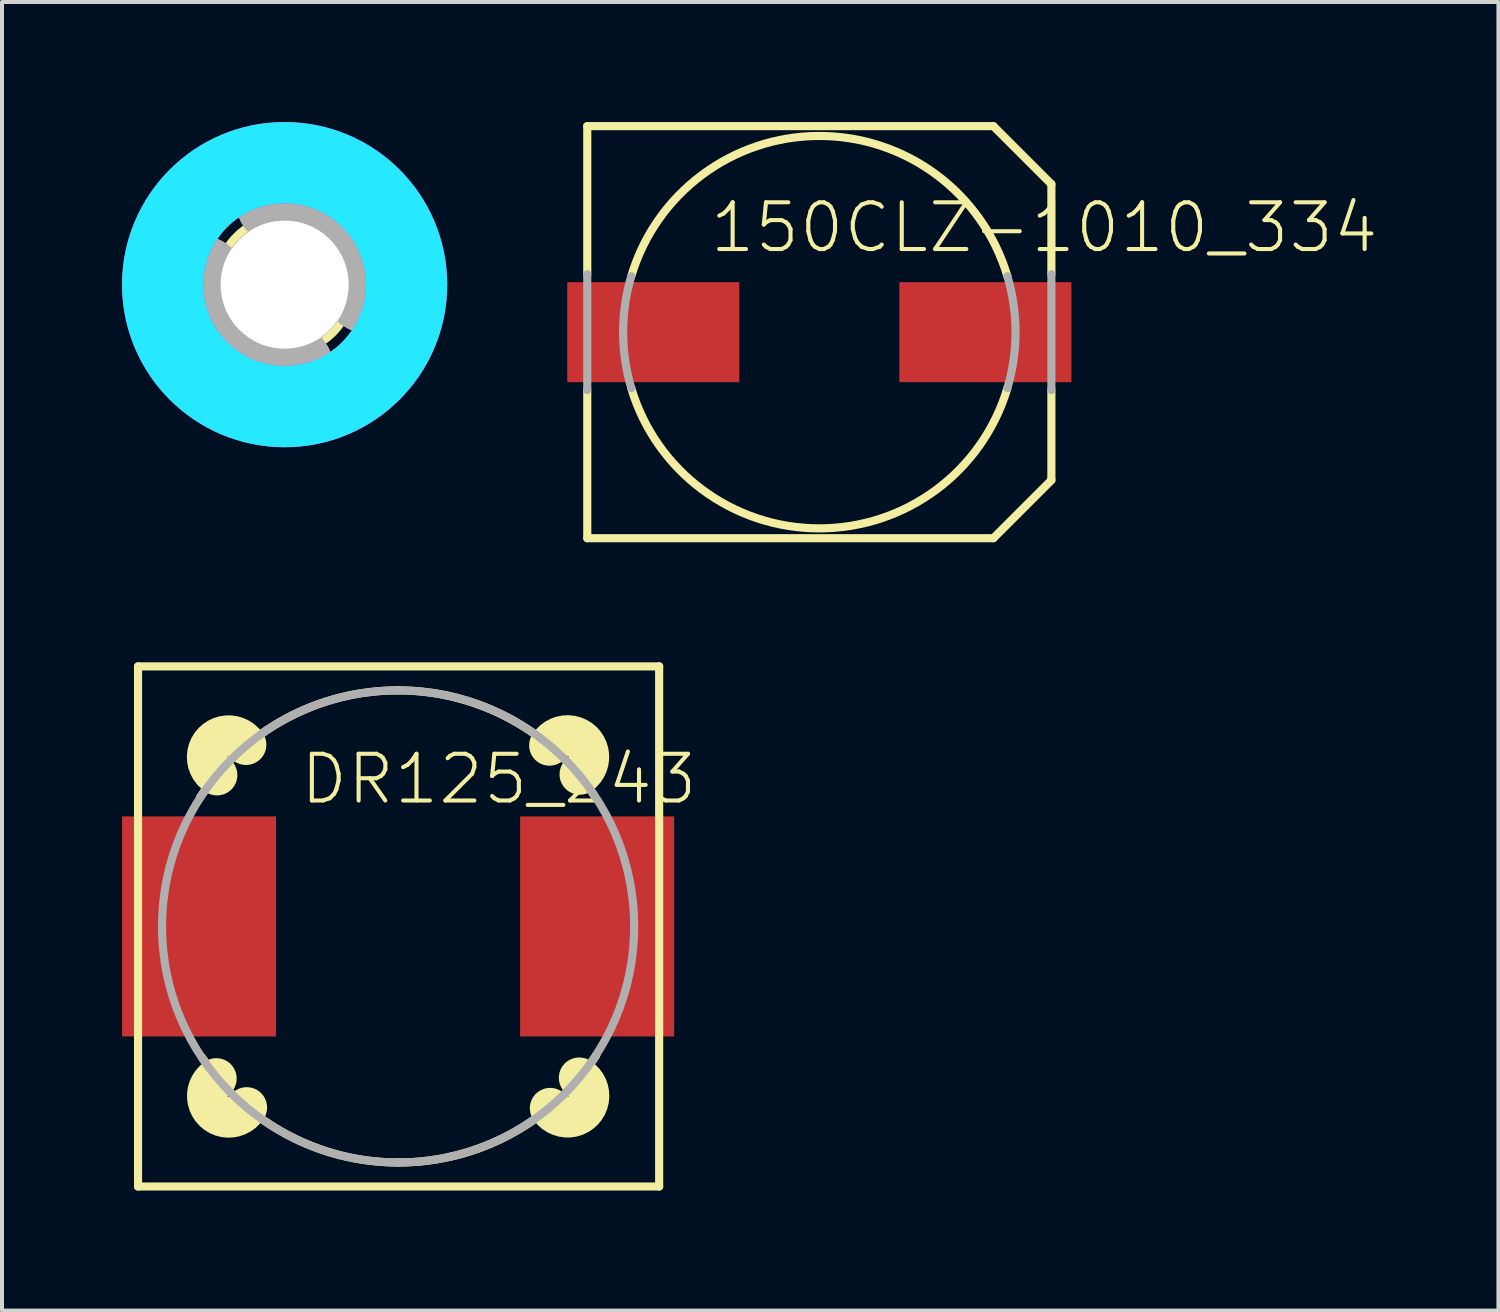
<source format=kicad_pcb>
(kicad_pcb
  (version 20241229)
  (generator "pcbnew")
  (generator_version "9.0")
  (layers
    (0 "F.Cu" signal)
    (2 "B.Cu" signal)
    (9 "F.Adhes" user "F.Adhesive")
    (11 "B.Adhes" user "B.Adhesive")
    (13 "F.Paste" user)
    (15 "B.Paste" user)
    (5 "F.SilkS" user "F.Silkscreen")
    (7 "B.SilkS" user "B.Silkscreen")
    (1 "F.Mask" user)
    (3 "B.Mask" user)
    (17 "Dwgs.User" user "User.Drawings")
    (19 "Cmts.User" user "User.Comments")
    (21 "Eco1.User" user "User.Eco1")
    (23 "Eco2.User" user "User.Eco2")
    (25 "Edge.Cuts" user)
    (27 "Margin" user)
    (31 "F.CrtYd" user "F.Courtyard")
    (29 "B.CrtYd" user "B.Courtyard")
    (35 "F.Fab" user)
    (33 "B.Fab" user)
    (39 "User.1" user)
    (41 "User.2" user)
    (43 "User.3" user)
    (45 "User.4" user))
  (footprint "3,2_237"
    (layer "F.Cu")
    (at 4.064 4.064)
    (property "Reference" "3,2_237" (at 0 0 0) (layer "F.SilkS") (effects (font (size 1.27 1.27) (thickness 0.15))))
    (fp_circle (center 0 0) (end 1.7 0) (stroke (width 0.203) (type solid)) (fill no) (layer "F.SilkS"))
    (fp_circle (center 0 0) (end 3.429 0) (stroke (width 0.152) (type solid)) (fill no) (layer "F.SilkS"))
    (fp_circle (center 0 0) (end 3.048 0) (stroke (width 2.032) (type solid)) (fill no) (layer "B.CrtYd"))
    (fp_circle (center 0 0) (end 3.048 0) (stroke (width 2.032) (type solid)) (fill no) (layer "F.CrtYd"))
    (fp_arc (start 0 -2.159) (mid 1.526644 -1.526644) (end 2.159 0) (stroke (width 2.4892) (type solid)) (layer "F.Fab"))
    (fp_arc (start 0 2.159) (mid -1.526644 1.526644) (end -2.159 0) (stroke (width 2.4892) (type solid)) (layer "F.Fab"))
    (fp_circle (center 0 0) (end 0.762 0) (stroke (width 0.457) (type solid)) (fill no) (layer "F.Fab"))
    (pad "" np_thru_hole circle (at 0 0) (size 3.2 3.2) (drill 3.2) (layers "*.Cu" "*.Mask"))
    (zone (net_name "") (layer "F.Cu") (hatch edge 0.5) (connect_pads) (min_thickness 0.25) (filled_areas_thickness no) (keepout (tracks not_allowed) (vias not_allowed) (pads not_allowed) (copperpour not_allowed) (footprints allowed)) (placement (enabled no)) (fill) (polygon (pts (xy 8.128 4.064) (xy 8.108 3.659) (xy 8.047 3.259) (xy 7.947 2.866) (xy 7.809 2.485) (xy 7.633 2.12) (xy 7.422 1.775) (xy 7.177 1.452) (xy 6.902 1.155) (xy 6.598 0.887) (xy 6.269 0.65) (xy 5.918 0.448) (xy 5.549 0.281) (xy 5.165 0.152) (xy 4.77 0.062) (xy 4.368 0.011) (xy 3.963 0.001) (xy 3.559 0.032) (xy 3.16 0.102) (xy 2.77 0.212) (xy 2.393 0.36) (xy 2.032 0.544) (xy 1.692 0.764) (xy 1.375 1.017) (xy 1.085 1.3) (xy 0.824 1.61) (xy 0.596 1.945) (xy 0.402 2.301) (xy 0.245 2.674) (xy 0.126 3.061) (xy 0.045 3.458) (xy 0.005 3.861) (xy 0.005 4.267) (xy 0.045 4.67) (xy 0.126 5.067) (xy 0.245 5.454) (xy 0.402 5.827) (xy 0.596 6.183) (xy 0.824 6.518) (xy 1.085 6.828) (xy 1.375 7.111) (xy 1.692 7.364) (xy 2.032 7.584) (xy 2.393 7.768) (xy 2.77 7.916) (xy 3.16 8.026) (xy 3.559 8.096) (xy 3.963 8.127) (xy 4.368 8.117) (xy 4.77 8.066) (xy 5.165 7.976) (xy 5.549 7.847) (xy 5.918 7.68) (xy 6.269 7.478) (xy 6.598 7.241) (xy 6.902 6.973) (xy 7.177 6.676) (xy 7.422 6.353) (xy 7.633 6.008) (xy 7.809 5.643) (xy 7.947 5.262) (xy 8.047 4.869) (xy 8.108 4.469))) (polygon (pts (xy 6.096 4.064) (xy 6.076 3.781) (xy 6.017 3.504) (xy 5.92 3.238) (xy 5.787 2.987) (xy 5.621 2.758) (xy 5.424 2.554) (xy 5.2 2.379) (xy 4.955 2.238) (xy 4.692 2.131) (xy 4.417 2.063) (xy 4.135 2.033) (xy 3.852 2.043) (xy 3.572 2.092) (xy 3.303 2.18) (xy 3.048 2.304) (xy 2.813 2.463) (xy 2.602 2.652) (xy 2.42 2.87) (xy 2.27 3.11) (xy 2.155 3.369) (xy 2.076 3.642) (xy 2.037 3.922) (xy 2.037 4.206) (xy 2.076 4.486) (xy 2.155 4.759) (xy 2.27 5.018) (xy 2.42 5.258) (xy 2.602 5.476) (xy 2.813 5.665) (xy 3.048 5.824) (xy 3.303 5.948) (xy 3.572 6.036) (xy 3.852 6.085) (xy 4.135 6.095) (xy 4.417 6.065) (xy 4.692 5.997) (xy 4.955 5.89) (xy 5.2 5.749) (xy 5.424 5.574) (xy 5.621 5.37) (xy 5.787 5.141) (xy 5.92 4.89) (xy 6.017 4.624) (xy 6.076 4.347))))
    (zone (net_name "") (layers "F.Cu" "B.Cu") (hatch edge 0.5) (connect_pads) (min_thickness 0.25) (filled_areas_thickness no) (keepout (tracks allowed) (vias not_allowed) (pads allowed) (copperpour allowed) (footprints allowed)) (placement (enabled no)) (fill) (polygon (pts (xy 8.128 4.064) (xy 8.108 3.659) (xy 8.047 3.259) (xy 7.947 2.866) (xy 7.809 2.485) (xy 7.633 2.12) (xy 7.422 1.775) (xy 7.177 1.452) (xy 6.902 1.155) (xy 6.598 0.887) (xy 6.269 0.65) (xy 5.918 0.448) (xy 5.549 0.281) (xy 5.165 0.152) (xy 4.77 0.062) (xy 4.368 0.011) (xy 3.963 0.001) (xy 3.559 0.032) (xy 3.16 0.102) (xy 2.77 0.212) (xy 2.393 0.36) (xy 2.032 0.544) (xy 1.692 0.764) (xy 1.375 1.017) (xy 1.085 1.3) (xy 0.824 1.61) (xy 0.596 1.945) (xy 0.402 2.301) (xy 0.245 2.674) (xy 0.126 3.061) (xy 0.045 3.458) (xy 0.005 3.861) (xy 0.005 4.267) (xy 0.045 4.67) (xy 0.126 5.067) (xy 0.245 5.454) (xy 0.402 5.827) (xy 0.596 6.183) (xy 0.824 6.518) (xy 1.085 6.828) (xy 1.375 7.111) (xy 1.692 7.364) (xy 2.032 7.584) (xy 2.393 7.768) (xy 2.77 7.916) (xy 3.16 8.026) (xy 3.559 8.096) (xy 3.963 8.127) (xy 4.368 8.117) (xy 4.77 8.066) (xy 5.165 7.976) (xy 5.549 7.847) (xy 5.918 7.68) (xy 6.269 7.478) (xy 6.598 7.241) (xy 6.902 6.973) (xy 7.177 6.676) (xy 7.422 6.353) (xy 7.633 6.008) (xy 7.809 5.643) (xy 7.947 5.262) (xy 8.047 4.869) (xy 8.108 4.469))) (polygon (pts (xy 6.096 4.064) (xy 6.076 3.781) (xy 6.017 3.504) (xy 5.92 3.238) (xy 5.787 2.987) (xy 5.621 2.758) (xy 5.424 2.554) (xy 5.2 2.379) (xy 4.955 2.238) (xy 4.692 2.131) (xy 4.417 2.063) (xy 4.135 2.033) (xy 3.852 2.043) (xy 3.572 2.092) (xy 3.303 2.18) (xy 3.048 2.304) (xy 2.813 2.463) (xy 2.602 2.652) (xy 2.42 2.87) (xy 2.27 3.11) (xy 2.155 3.369) (xy 2.076 3.642) (xy 2.037 3.922) (xy 2.037 4.206) (xy 2.076 4.486) (xy 2.155 4.759) (xy 2.27 5.018) (xy 2.42 5.258) (xy 2.602 5.476) (xy 2.813 5.665) (xy 3.048 5.824) (xy 3.303 5.948) (xy 3.572 6.036) (xy 3.852 6.085) (xy 4.135 6.095) (xy 4.417 6.065) (xy 4.692 5.997) (xy 4.955 5.89) (xy 5.2 5.749) (xy 5.424 5.574) (xy 5.621 5.37) (xy 5.787 5.141) (xy 5.92 4.89) (xy 6.017 4.624) (xy 6.076 4.347))))
    (zone (net_name "") (layer "B.Cu") (hatch edge 0.5) (connect_pads) (min_thickness 0.25) (filled_areas_thickness no) (keepout (tracks not_allowed) (vias not_allowed) (pads not_allowed) (copperpour not_allowed) (footprints allowed)) (placement (enabled no)) (fill) (polygon (pts (xy 8.128 4.064) (xy 8.108 3.659) (xy 8.047 3.259) (xy 7.947 2.866) (xy 7.809 2.485) (xy 7.633 2.12) (xy 7.422 1.775) (xy 7.177 1.452) (xy 6.902 1.155) (xy 6.598 0.887) (xy 6.269 0.65) (xy 5.918 0.448) (xy 5.549 0.281) (xy 5.165 0.152) (xy 4.77 0.062) (xy 4.368 0.011) (xy 3.963 0.001) (xy 3.559 0.032) (xy 3.16 0.102) (xy 2.77 0.212) (xy 2.393 0.36) (xy 2.032 0.544) (xy 1.692 0.764) (xy 1.375 1.017) (xy 1.085 1.3) (xy 0.824 1.61) (xy 0.596 1.945) (xy 0.402 2.301) (xy 0.245 2.674) (xy 0.126 3.061) (xy 0.045 3.458) (xy 0.005 3.861) (xy 0.005 4.267) (xy 0.045 4.67) (xy 0.126 5.067) (xy 0.245 5.454) (xy 0.402 5.827) (xy 0.596 6.183) (xy 0.824 6.518) (xy 1.085 6.828) (xy 1.375 7.111) (xy 1.692 7.364) (xy 2.032 7.584) (xy 2.393 7.768) (xy 2.77 7.916) (xy 3.16 8.026) (xy 3.559 8.096) (xy 3.963 8.127) (xy 4.368 8.117) (xy 4.77 8.066) (xy 5.165 7.976) (xy 5.549 7.847) (xy 5.918 7.68) (xy 6.269 7.478) (xy 6.598 7.241) (xy 6.902 6.973) (xy 7.177 6.676) (xy 7.422 6.353) (xy 7.633 6.008) (xy 7.809 5.643) (xy 7.947 5.262) (xy 8.047 4.869) (xy 8.108 4.469))) (polygon (pts (xy 6.096 4.064) (xy 6.076 3.781) (xy 6.017 3.504) (xy 5.92 3.238) (xy 5.787 2.987) (xy 5.621 2.758) (xy 5.424 2.554) (xy 5.2 2.379) (xy 4.955 2.238) (xy 4.692 2.131) (xy 4.417 2.063) (xy 4.135 2.033) (xy 3.852 2.043) (xy 3.572 2.092) (xy 3.303 2.18) (xy 3.048 2.304) (xy 2.813 2.463) (xy 2.602 2.652) (xy 2.42 2.87) (xy 2.27 3.11) (xy 2.155 3.369) (xy 2.076 3.642) (xy 2.037 3.922) (xy 2.037 4.206) (xy 2.076 4.486) (xy 2.155 4.759) (xy 2.27 5.018) (xy 2.42 5.258) (xy 2.602 5.476) (xy 2.813 5.665) (xy 3.048 5.824) (xy 3.303 5.948) (xy 3.572 6.036) (xy 3.852 6.085) (xy 4.135 6.095) (xy 4.417 6.065) (xy 4.692 5.997) (xy 4.955 5.89) (xy 5.2 5.749) (xy 5.424 5.574) (xy 5.621 5.37) (xy 5.787 5.141) (xy 5.92 4.89) (xy 6.017 4.624) (xy 6.076 4.347)))))
  (footprint "DR125_243"
    (layer "F.Cu")
    (at 6.9 20.105)
    (property "Reference" "DR125_243" (at -2.5 -3 0) (unlocked yes) (layer "F.SilkS") (effects (font (size 1.168 1.168) (thickness 0.102)) (justify left bottom)))
    (fp_line (start -6.5 -6.5) (end 6.525 -6.5) (stroke (width 0.203) (type solid)) (layer "F.SilkS"))
    (fp_line (start -6.5 6.5) (end -6.5 -6.5) (stroke (width 0.203) (type solid)) (layer "F.SilkS"))
    (fp_line (start 6.525 -6.5) (end 6.525 6.5) (stroke (width 0.203) (type solid)) (layer "F.SilkS"))
    (fp_line (start 6.525 6.5) (end -6.5 6.5) (stroke (width 0.203) (type solid)) (layer "F.SilkS"))
    (fp_arc (start -4.95 -3.225) (mid -2.814412 -5.190572) (end 0 -5.9) (stroke (width 0.2032) (type solid)) (layer "F.SilkS"))
    (fp_arc (start -4.5254 -3.783) (mid -4.624306 -4.602932) (end -3.8006 -4.543099) (stroke (width 1.016) (type solid)) (layer "F.SilkS"))
    (fp_arc (start -3.783 4.5254) (mid -4.602932 4.624306) (end -4.543099 3.8006) (stroke (width 1.016) (type solid)) (layer "F.SilkS"))
    (fp_arc (start 0 -5.9) (mid 2.778519 -5.200736) (end 4.9 -3.275) (stroke (width 0.2032) (type solid)) (layer "F.SilkS"))
    (fp_arc (start 0 5.9) (mid -2.778519 5.200736) (end -4.9 3.275) (stroke (width 0.2032) (type solid)) (layer "F.SilkS"))
    (fp_arc (start 3.783 -4.5254) (mid 4.602932 -4.624306) (end 4.543099 -3.8006) (stroke (width 1.016) (type solid)) (layer "F.SilkS"))
    (fp_arc (start 4.5254 3.783) (mid 4.624306 4.602932) (end 3.8006 4.543099) (stroke (width 1.016) (type solid)) (layer "F.SilkS"))
    (fp_arc (start 4.95 3.225) (mid 2.814412 5.190572) (end 0 5.9) (stroke (width 0.2032) (type solid)) (layer "F.SilkS"))
    (fp_circle (center 0 0) (end 5.9 0) (stroke (width 0.203) (type solid)) (fill no) (layer "F.Fab"))
    (pad "1" smd rect (at -4.975 0) (size 3.85 5.5) (layers "F.Cu" "F.Mask" "F.Paste"))
    (pad "2" smd rect (at 4.975 0) (size 3.85 5.5) (layers "F.Cu" "F.Mask" "F.Paste")))
  (footprint "150CLZ-1010_334"
    (layer "F.Cu")
    (at 17.428 5.252)
    (property "Reference" "150CLZ-1010_334" (at -2.79 -1.93 0) (unlocked yes) (layer "F.SilkS") (effects (font (size 1.168 1.168) (thickness 0.102)) (justify left bottom)))
    (fp_line (start -5.8 -5.15) (end 4.35 -5.15) (stroke (width 0.203) (type solid)) (layer "F.SilkS"))
    (fp_line (start -5.8 -1.45) (end -5.8 -5.15) (stroke (width 0.203) (type solid)) (layer "F.SilkS"))
    (fp_line (start -5.8 5.15) (end -5.8 1.45) (stroke (width 0.203) (type solid)) (layer "F.SilkS"))
    (fp_line (start 4.35 5.15) (end -5.8 5.15) (stroke (width 0.203) (type solid)) (layer "F.SilkS"))
    (fp_line (start 5.8 -3.7) (end 4.35 -5.15) (stroke (width 0.203) (type solid)) (layer "F.SilkS"))
    (fp_line (start 5.8 -3.7) (end 5.8 -1.45) (stroke (width 0.203) (type solid)) (layer "F.SilkS"))
    (fp_line (start 5.8 1.45) (end 5.8 3.7) (stroke (width 0.203) (type solid)) (layer "F.SilkS"))
    (fp_line (start 5.8 3.7) (end 4.35 5.15) (stroke (width 0.203) (type solid)) (layer "F.SilkS"))
    (fp_arc (start -4.7 -1.4) (mid 0 -4.90408) (end 4.7 -1.4) (stroke (width 0.2032) (type solid)) (layer "F.SilkS"))
    (fp_arc (start 4.7 1.4) (mid 0 4.90408) (end -4.7 1.4) (stroke (width 0.2032) (type solid)) (layer "F.SilkS"))
    (fp_line (start -5.8 1.45) (end -5.8 -1.45) (stroke (width 0.203) (type solid)) (layer "F.Fab"))
    (fp_line (start 5.8 -1.45) (end 5.8 1.45) (stroke (width 0.203) (type solid)) (layer "F.Fab"))
    (fp_arc (start -4.7 1.4) (mid -4.90408 0) (end -4.7 -1.4) (stroke (width 0.2032) (type solid)) (layer "F.Fab"))
    (fp_arc (start 4.7 -1.4) (mid 4.90408 0) (end 4.7 1.4) (stroke (width 0.2032) (type solid)) (layer "F.Fab"))
    (pad "+" smd rect (at 4.15 0) (size 4.3 2.5) (layers "F.Cu" "F.Mask" "F.Paste"))
    (pad "-" smd rect (at -4.15 0) (size 4.3 2.5) (layers "F.Cu" "F.Mask" "F.Paste")))
  (gr_rect
    (start -3 -3)
    (end 34.401 29.706)
    (stroke (width 0.1) (type default))
    (fill no)
    (layer "Edge.Cuts")))
</source>
